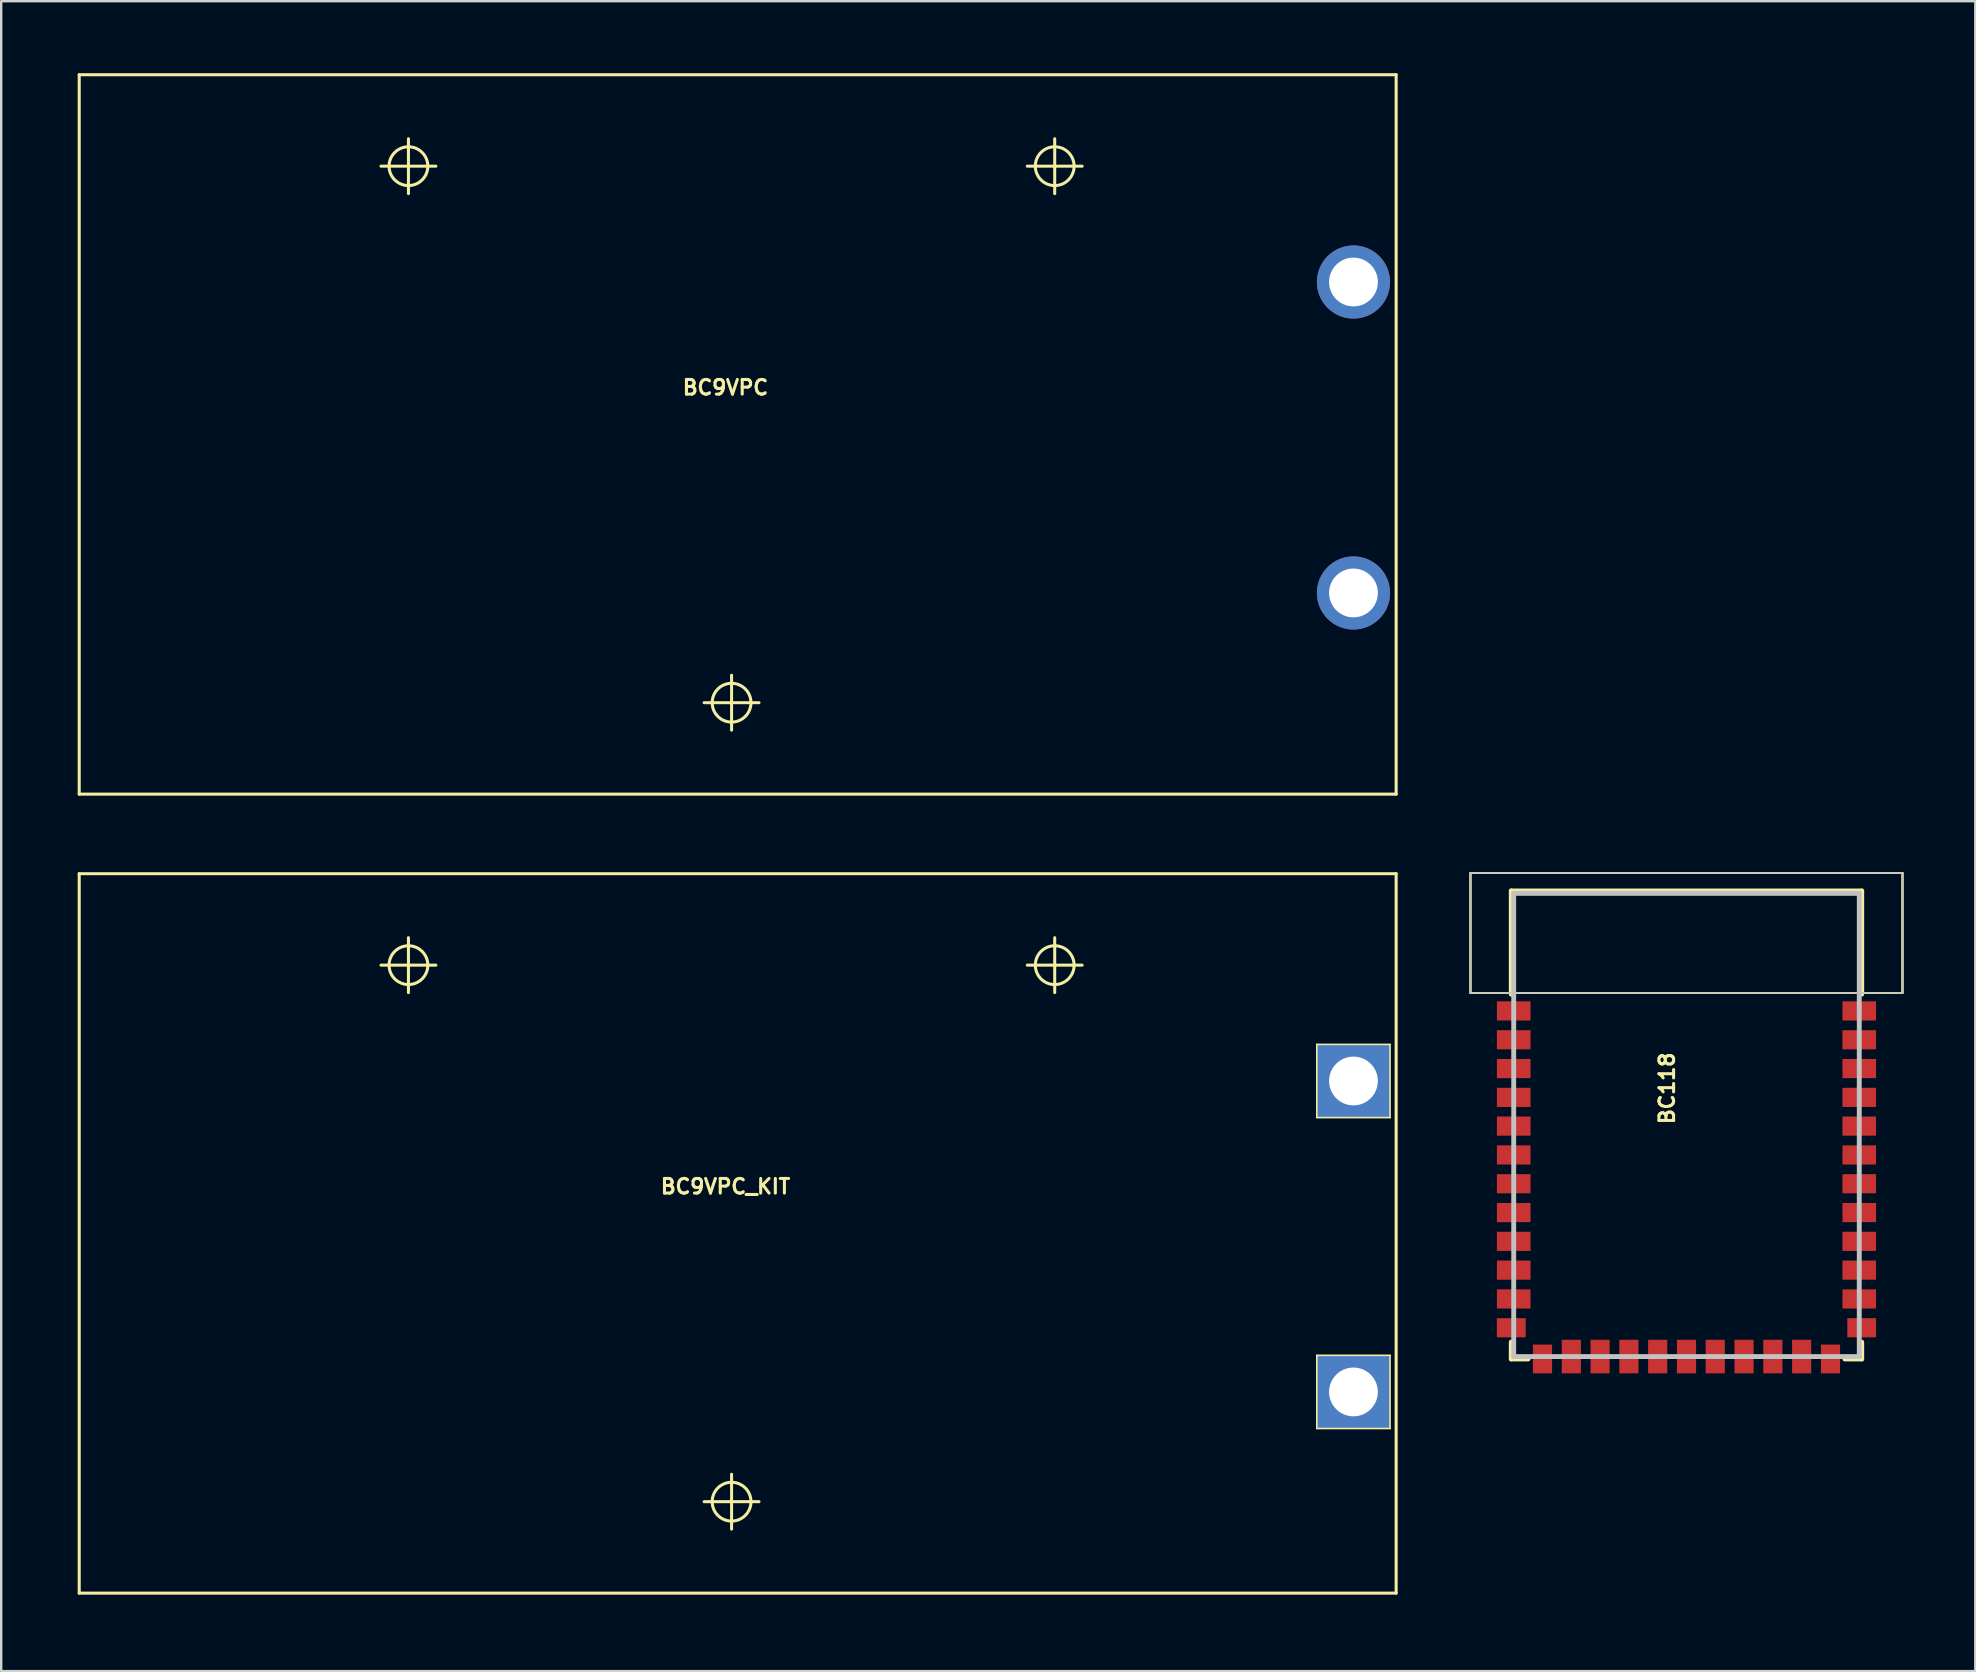
<source format=kicad_pcb>
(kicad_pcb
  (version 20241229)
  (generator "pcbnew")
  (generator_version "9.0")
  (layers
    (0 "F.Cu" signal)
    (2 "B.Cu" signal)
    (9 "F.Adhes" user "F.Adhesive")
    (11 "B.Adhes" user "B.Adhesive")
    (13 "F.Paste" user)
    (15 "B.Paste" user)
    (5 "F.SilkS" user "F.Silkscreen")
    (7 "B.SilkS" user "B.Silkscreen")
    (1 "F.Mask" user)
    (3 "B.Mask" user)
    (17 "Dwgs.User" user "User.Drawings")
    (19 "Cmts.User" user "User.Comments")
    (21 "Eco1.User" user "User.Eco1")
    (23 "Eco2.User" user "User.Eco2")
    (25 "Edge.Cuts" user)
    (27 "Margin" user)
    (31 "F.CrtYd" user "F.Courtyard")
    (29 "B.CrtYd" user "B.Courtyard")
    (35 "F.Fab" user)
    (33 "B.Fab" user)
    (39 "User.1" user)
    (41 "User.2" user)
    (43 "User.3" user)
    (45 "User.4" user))
  (footprint "BC9VPC_KIT"
    (layer "F.Cu")
    (at 0.25 63.321)
    (property "Reference" "BC9VPC_KIT" (at 26.924 -16.942 0) (layer "F.SilkS") (effects (font (size 0.61 0.61) (thickness 0.127))))
    (attr exclude_from_pos_files exclude_from_bom)
    (fp_line (start 0 -29.972) (end 54.864 -29.972) (stroke (width 0.127) (type solid)) (layer "F.SilkS"))
    (fp_line (start 0 0) (end 0 -29.972) (stroke (width 0.127) (type solid)) (layer "F.SilkS"))
    (fp_line (start 12.573 -26.162) (end 14.859 -26.162) (stroke (width 0.127) (type solid)) (layer "F.SilkS"))
    (fp_line (start 13.716 -25.019) (end 13.716 -27.305) (stroke (width 0.127) (type solid)) (layer "F.SilkS"))
    (fp_line (start 26.035 -3.81) (end 28.321 -3.81) (stroke (width 0.127) (type solid)) (layer "F.SilkS"))
    (fp_line (start 27.178 -2.667) (end 27.178 -4.953) (stroke (width 0.127) (type solid)) (layer "F.SilkS"))
    (fp_line (start 39.497 -26.162) (end 41.783 -26.162) (stroke (width 0.127) (type solid)) (layer "F.SilkS"))
    (fp_line (start 40.64 -25.019) (end 40.64 -27.305) (stroke (width 0.127) (type solid)) (layer "F.SilkS"))
    (fp_line (start 51.559 -22.86) (end 54.61 -22.86) (stroke (width 0.066) (type solid)) (layer "F.SilkS"))
    (fp_line (start 51.559 -19.812) (end 51.559 -22.86) (stroke (width 0.066) (type solid)) (layer "F.SilkS"))
    (fp_line (start 51.559 -19.812) (end 54.61 -19.812) (stroke (width 0.066) (type solid)) (layer "F.SilkS"))
    (fp_line (start 51.559 -9.906) (end 54.61 -9.906) (stroke (width 0.066) (type solid)) (layer "F.SilkS"))
    (fp_line (start 51.559 -6.858) (end 51.559 -9.906) (stroke (width 0.066) (type solid)) (layer "F.SilkS"))
    (fp_line (start 51.559 -6.858) (end 54.61 -6.858) (stroke (width 0.066) (type solid)) (layer "F.SilkS"))
    (fp_line (start 54.61 -19.812) (end 54.61 -22.86) (stroke (width 0.066) (type solid)) (layer "F.SilkS"))
    (fp_line (start 54.61 -6.858) (end 54.61 -9.906) (stroke (width 0.066) (type solid)) (layer "F.SilkS"))
    (fp_line (start 54.864 -29.972) (end 54.864 0) (stroke (width 0.127) (type solid)) (layer "F.SilkS"))
    (fp_line (start 54.864 0) (end 0 0) (stroke (width 0.127) (type solid)) (layer "F.SilkS"))
    (fp_circle (center 13.716 -26.162) (end 14.287 -26.733) (stroke (width 0.127) (type solid)) (fill no) (layer "F.SilkS"))
    (fp_circle (center 27.178 -3.81) (end 27.75 -4.381) (stroke (width 0.127) (type solid)) (fill no) (layer "F.SilkS"))
    (fp_circle (center 40.64 -26.162) (end 41.212 -26.733) (stroke (width 0.127) (type solid)) (fill no) (layer "F.SilkS"))
    (pad "V+" thru_hole rect (at 53.086 -21.336) (size 3.048 3.048) (drill 2.032) (layers "*.Cu" "*.Paste" "*.Mask"))
    (pad "V-" thru_hole rect (at 53.086 -8.382) (size 3.048 3.048) (drill 2.032) (layers "*.Cu" "*.Paste" "*.Mask")))
  (footprint "BC9VPC"
    (layer "F.Cu")
    (at 0.25 30.035)
    (property "Reference" "BC9VPC" (at 26.924 -16.942 0) (layer "F.SilkS") (effects (font (size 0.61 0.61) (thickness 0.127))))
    (attr exclude_from_pos_files exclude_from_bom)
    (fp_line (start 0 -29.972) (end 54.864 -29.972) (stroke (width 0.127) (type solid)) (layer "F.SilkS"))
    (fp_line (start 0 0) (end 0 -29.972) (stroke (width 0.127) (type solid)) (layer "F.SilkS"))
    (fp_line (start 12.573 -26.162) (end 14.859 -26.162) (stroke (width 0.127) (type solid)) (layer "F.SilkS"))
    (fp_line (start 13.716 -25.019) (end 13.716 -27.305) (stroke (width 0.127) (type solid)) (layer "F.SilkS"))
    (fp_line (start 26.035 -3.81) (end 28.321 -3.81) (stroke (width 0.127) (type solid)) (layer "F.SilkS"))
    (fp_line (start 27.178 -2.667) (end 27.178 -4.953) (stroke (width 0.127) (type solid)) (layer "F.SilkS"))
    (fp_line (start 39.497 -26.162) (end 41.783 -26.162) (stroke (width 0.127) (type solid)) (layer "F.SilkS"))
    (fp_line (start 40.64 -25.019) (end 40.64 -27.305) (stroke (width 0.127) (type solid)) (layer "F.SilkS"))
    (fp_line (start 54.864 -29.972) (end 54.864 0) (stroke (width 0.127) (type solid)) (layer "F.SilkS"))
    (fp_line (start 54.864 0) (end 0 0) (stroke (width 0.127) (type solid)) (layer "F.SilkS"))
    (fp_circle (center 13.716 -26.162) (end 14.287 -26.733) (stroke (width 0.127) (type solid)) (fill no) (layer "F.SilkS"))
    (fp_circle (center 27.178 -3.81) (end 27.75 -4.381) (stroke (width 0.127) (type solid)) (fill no) (layer "F.SilkS"))
    (fp_circle (center 40.64 -26.162) (end 41.212 -26.733) (stroke (width 0.127) (type solid)) (fill no) (layer "F.SilkS"))
    (pad "V+" thru_hole circle (at 53.086 -21.336) (size 3.048 3.048) (drill 2.032) (layers "*.Cu" "*.Paste" "*.Mask"))
    (pad "V-" thru_hole circle (at 53.086 -8.382) (size 3.048 3.048) (drill 2.032) (layers "*.Cu" "*.Paste" "*.Mask")))
  (footprint "BC118"
    (layer "F.Cu")
    (at 67.21 43.816)
    (property "Reference" "BC118" (at -0.813 -1.524 90) (layer "F.SilkS") (effects (font (size 0.61 0.61) (thickness 0.127))))
    (attr smd)
    (fp_line (start -8.999 -10.498) (end 8.999 -10.498) (stroke (width 0.066) (type solid)) (layer "F.SilkS"))
    (fp_line (start -8.999 -10.498) (end 8.999 -10.498) (stroke (width 0.066) (type solid)) (layer "F.SilkS"))
    (fp_line (start -8.999 -10.498) (end 8.999 -10.498) (stroke (width 0.066) (type solid)) (layer "F.SilkS"))
    (fp_line (start -8.999 -10.498) (end 8.999 -10.498) (stroke (width 0.066) (type solid)) (layer "F.SilkS"))
    (fp_line (start -8.999 -5.499) (end -8.999 -10.498) (stroke (width 0.066) (type solid)) (layer "F.SilkS"))
    (fp_line (start -8.999 -5.499) (end -8.999 -10.498) (stroke (width 0.066) (type solid)) (layer "F.SilkS"))
    (fp_line (start -8.999 -5.499) (end -8.999 -10.498) (stroke (width 0.066) (type solid)) (layer "F.SilkS"))
    (fp_line (start -8.999 -5.499) (end -8.999 -10.498) (stroke (width 0.066) (type solid)) (layer "F.SilkS"))
    (fp_line (start -8.999 -5.499) (end 8.999 -5.499) (stroke (width 0.066) (type solid)) (layer "F.SilkS"))
    (fp_line (start -8.999 -5.499) (end 8.999 -5.499) (stroke (width 0.066) (type solid)) (layer "F.SilkS"))
    (fp_line (start -8.999 -5.499) (end 8.999 -5.499) (stroke (width 0.066) (type solid)) (layer "F.SilkS"))
    (fp_line (start -8.999 -5.499) (end 8.999 -5.499) (stroke (width 0.066) (type solid)) (layer "F.SilkS"))
    (fp_line (start -7.3 -9.749) (end 7.3 -9.749) (stroke (width 0.203) (type solid)) (layer "F.SilkS"))
    (fp_line (start -7.3 -5.448) (end -7.3 -9.749) (stroke (width 0.203) (type solid)) (layer "F.SilkS"))
    (fp_line (start -7.3 9.047) (end -7.3 9.749) (stroke (width 0.203) (type solid)) (layer "F.SilkS"))
    (fp_line (start -7.3 9.749) (end -6.599 9.749) (stroke (width 0.203) (type solid)) (layer "F.SilkS"))
    (fp_line (start 6.599 9.749) (end 7.3 9.749) (stroke (width 0.203) (type solid)) (layer "F.SilkS"))
    (fp_line (start 7.3 -9.749) (end 7.3 -5.448) (stroke (width 0.203) (type solid)) (layer "F.SilkS"))
    (fp_line (start 7.3 9.749) (end 7.3 9.047) (stroke (width 0.203) (type solid)) (layer "F.SilkS"))
    (fp_line (start 8.999 -5.499) (end 8.999 -10.498) (stroke (width 0.066) (type solid)) (layer "F.SilkS"))
    (fp_line (start 8.999 -5.499) (end 8.999 -10.498) (stroke (width 0.066) (type solid)) (layer "F.SilkS"))
    (fp_line (start 8.999 -5.499) (end 8.999 -10.498) (stroke (width 0.066) (type solid)) (layer "F.SilkS"))
    (fp_line (start 8.999 -5.499) (end 8.999 -10.498) (stroke (width 0.066) (type solid)) (layer "F.SilkS"))
    (fp_line (start -8.999 -10.498) (end 8.999 -10.498) (stroke (width 0.066) (type solid)) (layer "Dwgs.User"))
    (fp_line (start -8.999 -5.499) (end -8.999 -10.498) (stroke (width 0.066) (type solid)) (layer "Dwgs.User"))
    (fp_line (start -8.999 -5.499) (end 8.999 -5.499) (stroke (width 0.066) (type solid)) (layer "Dwgs.User"))
    (fp_line (start -7.198 -9.649) (end 7.198 -9.649) (stroke (width 0.203) (type solid)) (layer "Dwgs.User"))
    (fp_line (start -7.198 9.649) (end -7.198 -9.649) (stroke (width 0.203) (type solid)) (layer "Dwgs.User"))
    (fp_line (start 7.198 -9.649) (end 7.198 9.649) (stroke (width 0.203) (type solid)) (layer "Dwgs.User"))
    (fp_line (start 7.198 9.649) (end -7.198 9.649) (stroke (width 0.203) (type solid)) (layer "Dwgs.User"))
    (fp_line (start 8.999 -5.499) (end 8.999 -10.498) (stroke (width 0.066) (type solid)) (layer "Dwgs.User"))
    (pad "1" smd rect (at -7.198 -4.75) (size 1.4 0.798) (layers "F.Cu" "F.Mask" "F.Paste"))
    (pad "2" smd rect (at -7.198 -3.548) (size 1.4 0.798) (layers "F.Cu" "F.Mask" "F.Paste"))
    (pad "3" smd rect (at -7.198 -2.349) (size 1.4 0.798) (layers "F.Cu" "F.Mask" "F.Paste"))
    (pad "4" smd rect (at -7.198 -1.148) (size 1.4 0.798) (layers "F.Cu" "F.Mask" "F.Paste"))
    (pad "5" smd rect (at -7.198 0.048) (size 1.4 0.798) (layers "F.Cu" "F.Mask" "F.Paste"))
    (pad "6" smd rect (at -7.198 1.25) (size 1.4 0.798) (layers "F.Cu" "F.Mask" "F.Paste"))
    (pad "7" smd rect (at -7.198 2.449) (size 1.4 0.798) (layers "F.Cu" "F.Mask" "F.Paste"))
    (pad "8" smd rect (at -7.198 3.65) (size 1.4 0.798) (layers "F.Cu" "F.Mask" "F.Paste"))
    (pad "9" smd rect (at -7.198 4.849) (size 1.4 0.798) (layers "F.Cu" "F.Mask" "F.Paste"))
    (pad "10" smd rect (at -7.198 6.048) (size 1.4 0.798) (layers "F.Cu" "F.Mask" "F.Paste"))
    (pad "11" smd rect (at -7.198 7.249) (size 1.4 0.798) (layers "F.Cu" "F.Mask" "F.Paste"))
    (pad "12" smd rect (at -7.3 8.448) (size 1.199 0.798) (layers "F.Cu" "F.Mask" "F.Paste"))
    (pad "13" smd rect (at -5.999 9.749 90) (size 1.199 0.798) (layers "F.Cu" "F.Mask" "F.Paste"))
    (pad "14" smd rect (at -4.798 9.649 90) (size 1.4 0.798) (layers "F.Cu" "F.Mask" "F.Paste"))
    (pad "15" smd rect (at -3.599 9.649 90) (size 1.4 0.798) (layers "F.Cu" "F.Mask" "F.Paste"))
    (pad "16" smd rect (at -2.398 9.649 90) (size 1.4 0.798) (layers "F.Cu" "F.Mask" "F.Paste"))
    (pad "17" smd rect (at -1.199 9.649 90) (size 1.4 0.798) (layers "F.Cu" "F.Mask" "F.Paste"))
    (pad "18" smd rect (at 0 9.649 90) (size 1.4 0.798) (layers "F.Cu" "F.Mask" "F.Paste"))
    (pad "19" smd rect (at 1.199 9.649 90) (size 1.4 0.798) (layers "F.Cu" "F.Mask" "F.Paste"))
    (pad "20" smd rect (at 2.398 9.649 90) (size 1.4 0.798) (layers "F.Cu" "F.Mask" "F.Paste"))
    (pad "21" smd rect (at 3.599 9.649 90) (size 1.4 0.798) (layers "F.Cu" "F.Mask" "F.Paste"))
    (pad "22" smd rect (at 4.798 9.649 90) (size 1.4 0.798) (layers "F.Cu" "F.Mask" "F.Paste"))
    (pad "23" smd rect (at 5.999 9.749 90) (size 1.199 0.798) (layers "F.Cu" "F.Mask" "F.Paste"))
    (pad "24" smd rect (at 7.3 8.448) (size 1.199 0.798) (layers "F.Cu" "F.Mask" "F.Paste"))
    (pad "25" smd rect (at 7.198 7.249) (size 1.4 0.798) (layers "F.Cu" "F.Mask" "F.Paste"))
    (pad "26" smd rect (at 7.198 6.048) (size 1.4 0.798) (layers "F.Cu" "F.Mask" "F.Paste"))
    (pad "27" smd rect (at 7.198 4.849) (size 1.4 0.798) (layers "F.Cu" "F.Mask" "F.Paste"))
    (pad "28" smd rect (at 7.198 3.65) (size 1.4 0.798) (layers "F.Cu" "F.Mask" "F.Paste"))
    (pad "29" smd rect (at 7.198 2.449) (size 1.4 0.798) (layers "F.Cu" "F.Mask" "F.Paste"))
    (pad "30" smd rect (at 7.198 1.25) (size 1.4 0.798) (layers "F.Cu" "F.Mask" "F.Paste"))
    (pad "31" smd rect (at 7.198 0.048) (size 1.4 0.798) (layers "F.Cu" "F.Mask" "F.Paste"))
    (pad "32" smd rect (at 7.198 -1.148) (size 1.4 0.798) (layers "F.Cu" "F.Mask" "F.Paste"))
    (pad "33" smd rect (at 7.198 -2.349) (size 1.4 0.798) (layers "F.Cu" "F.Mask" "F.Paste"))
    (pad "34" smd rect (at 7.198 -3.548) (size 1.4 0.798) (layers "F.Cu" "F.Mask" "F.Paste"))
    (pad "35" smd rect (at 7.198 -4.75) (size 1.4 0.798) (layers "F.Cu" "F.Mask" "F.Paste")))
  (gr_rect
    (start -3 -3)
    (end 79.242 66.571)
    (stroke (width 0.1) (type default))
    (fill no)
    (layer "Edge.Cuts")))
</source>
